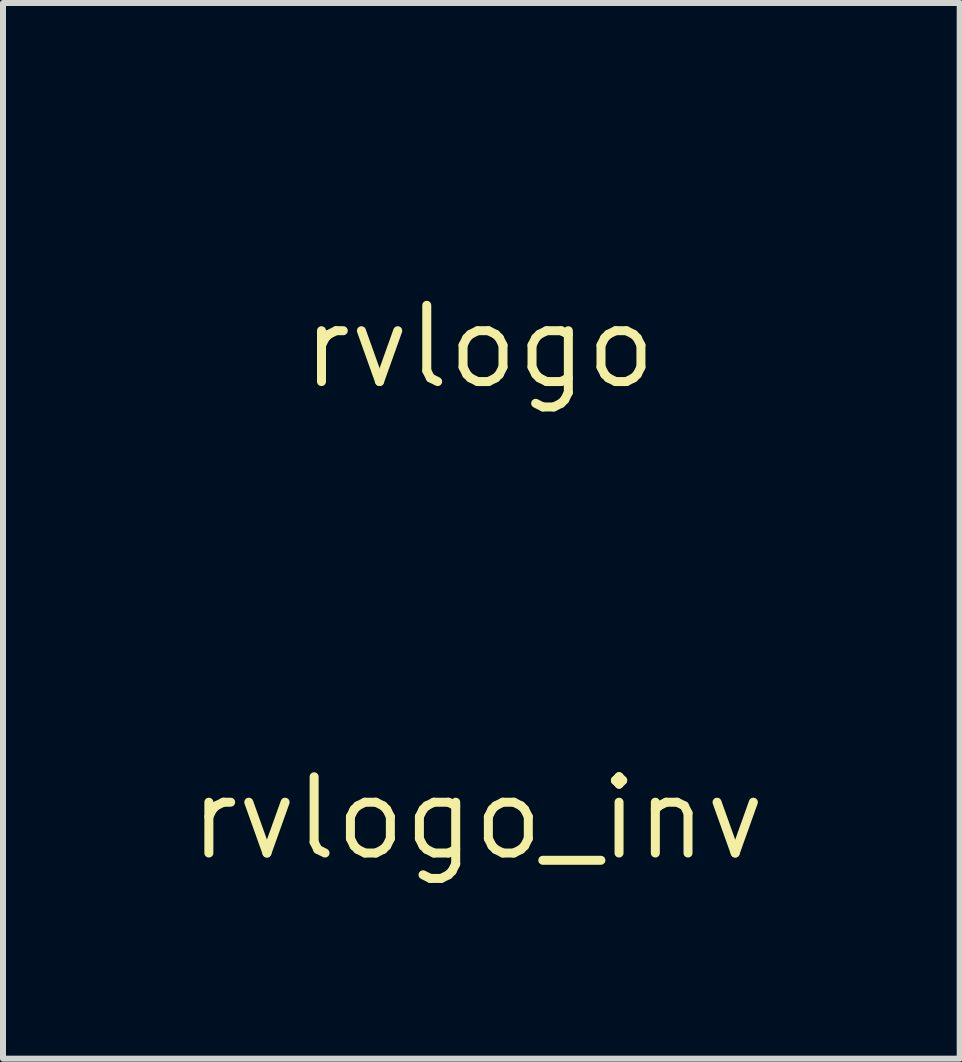
<source format=kicad_pcb>
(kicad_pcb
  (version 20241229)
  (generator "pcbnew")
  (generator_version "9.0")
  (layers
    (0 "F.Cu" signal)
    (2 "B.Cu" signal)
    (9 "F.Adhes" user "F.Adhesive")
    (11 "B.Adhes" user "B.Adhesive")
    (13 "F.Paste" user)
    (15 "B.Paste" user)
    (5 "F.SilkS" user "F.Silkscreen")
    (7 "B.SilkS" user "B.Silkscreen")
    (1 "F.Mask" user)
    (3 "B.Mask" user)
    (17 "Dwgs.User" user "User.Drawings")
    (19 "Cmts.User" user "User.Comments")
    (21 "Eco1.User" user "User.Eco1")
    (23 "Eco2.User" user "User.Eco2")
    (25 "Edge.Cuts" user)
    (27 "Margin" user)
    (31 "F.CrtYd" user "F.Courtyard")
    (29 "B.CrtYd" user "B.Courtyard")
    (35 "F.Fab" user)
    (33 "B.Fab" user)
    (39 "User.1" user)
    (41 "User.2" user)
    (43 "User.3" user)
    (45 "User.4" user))
  (footprint "rvlogo_inv"
    (layer "F.Cu")
    (at 4.905 8.082)
    (property "Reference" "rvlogo_inv" (at 0 2.5 0) (layer "F.SilkS") (effects (font (size 1.27 1.27) (thickness 0.15))))
    (attr through_hole)
    (fp_poly (pts (xy -3.104 -0.338) (xy -2.951 -0.336) (xy -2.835 -0.333) (xy -2.752 -0.329) (xy -2.699 -0.323) (xy -2.673 -0.315) (xy -2.671 -0.313) (xy -2.649 -0.266) (xy -2.65 -0.201) (xy -2.668 -0.147) (xy -2.676 -0.135) (xy -2.69 -0.125) (xy -2.713 -0.118) (xy -2.752 -0.113) (xy -2.811 -0.11) (xy -2.893 -0.108) (xy -3.005 -0.106) (xy -3.151 -0.106) (xy -3.292 -0.106) (xy -3.895 -0.106) (xy -3.895 -0.339) (xy -3.296 -0.339) (xy -3.104 -0.338)) (stroke (width 0.01) (type solid)) (fill yes) (layer "F.Mask"))
    (fp_poly (pts (xy 4.408 -1.276) (xy 4.57 -1.177) (xy 4.707 -1.044) (xy 4.815 -0.882) (xy 4.828 -0.856) (xy 4.9 -0.709) (xy 4.9 0.73) (xy 4.828 0.877) (xy 4.725 1.043) (xy 4.592 1.18) (xy 4.433 1.285) (xy 4.408 1.298) (xy 4.265 1.365) (xy 0.032 1.369) (xy -0.485 1.37) (xy -0.961 1.37) (xy -1.398 1.37) (xy -1.797 1.37) (xy -2.16 1.37) (xy -2.488 1.37) (xy -2.782 1.369) (xy -3.046 1.368) (xy -3.279 1.367) (xy -3.483 1.366) (xy -3.661 1.365) (xy -3.812 1.363) (xy -3.94 1.362) (xy -4.045 1.36) (xy -4.13 1.357) (xy -4.195 1.355) (xy -4.242 1.352) (xy -4.272 1.349) (xy -4.286 1.346) (xy -4.466 1.268) (xy -4.622 1.156) (xy -4.749 1.015) (xy -4.833 0.873) (xy -4.9 0.73) (xy -4.9 0.635) (xy -4.149 0.635) (xy -3.895 0.635) (xy -3.895 0.148) (xy -3.053 0.148) (xy -2.878 0.392) (xy -2.703 0.635) (xy -2.558 0.635) (xy -2.486 0.634) (xy -2.434 0.63) (xy -2.413 0.625) (xy -2.413 0.625) (xy -2.425 0.605) (xy -2.457 0.558) (xy -2.505 0.49) (xy -2.565 0.407) (xy -2.582 0.383) (xy -2.642 0.297) (xy -2.691 0.225) (xy -2.724 0.171) (xy -2.736 0.143) (xy -2.735 0.141) (xy -2.706 0.131) (xy -2.654 0.118) (xy -2.65 0.117) (xy -2.58 0.085) (xy -2.508 0.025) (xy -2.447 -0.05) (xy -2.411 -0.121) (xy -2.395 -0.235) (xy -2.416 -0.348) (xy -2.473 -0.45) (xy -2.56 -0.534) (xy -2.593 -0.554) (xy -2.616 -0.567) (xy -2.64 -0.578) (xy -2.67 -0.586) (xy -2.708 -0.593) (xy -2.18 -0.593) (xy -2.18 0.635) (xy -1.926 0.635) (xy -1.926 0.381) (xy -1.714 0.381) (xy -1.714 0.635) (xy -0.984 0.635) (xy -0.776 0.635) (xy -0.607 0.633) (xy -0.473 0.631) (xy -0.368 0.628) (xy -0.291 0.624) (xy -0.235 0.618) (xy -0.199 0.611) (xy -0.185 0.606) (xy -0.094 0.548) (xy -0.019 0.466) (xy 0.033 0.369) (xy 0.057 0.27) (xy 0.053 0.206) (xy 0.014 0.104) (xy -0.053 0.011) (xy -0.103 -0.03) (xy 0.218 -0.03) (xy 0.222 0.115) (xy 0.263 0.256) (xy 0.339 0.389) (xy 0.452 0.507) (xy 0.453 0.508) (xy 0.497 0.542) (xy 0.542 0.569) (xy 0.594 0.59) (xy 0.658 0.606) (xy 0.738 0.618) (xy 0.839 0.626) (xy 0.967 0.631) (xy 1.127 0.633) (xy 1.323 0.634) (xy 1.349 0.634) (xy 1.968 0.635) (xy 1.968 0.383) (xy 1.324 0.377) (xy 1.142 0.375) (xy 0.997 0.373) (xy 0.884 0.37) (xy 0.799 0.367) (xy 0.738 0.363) (xy 0.694 0.357) (xy 0.663 0.349) (xy 0.641 0.34) (xy 0.623 0.327) (xy 0.622 0.327) (xy 0.531 0.236) (xy 0.476 0.131) (xy 0.457 0.019) (xy 0.474 -0.085) (xy 2.159 -0.085) (xy 2.159 0.127) (xy 2.667 0.127) (xy 2.667 -0.085) (xy 2.159 -0.085) (xy 0.474 -0.085) (xy 0.476 -0.093) (xy 0.532 -0.199) (xy 0.573 -0.245) (xy 0.658 -0.328) (xy 1.968 -0.34) (xy 1.968 -0.571) (xy 2.63 -0.571) (xy 2.632 -0.562) (xy 2.645 -0.538) (xy 2.675 -0.483) (xy 2.721 -0.403) (xy 2.779 -0.302) (xy 2.845 -0.187) (xy 2.917 -0.063) (xy 2.992 0.065) (xy 3.065 0.192) (xy 3.134 0.311) (xy 3.196 0.417) (xy 3.248 0.505) (xy 3.285 0.566) (xy 3.309 0.603) (xy 3.335 0.623) (xy 3.374 0.633) (xy 3.438 0.635) (xy 3.47 0.635) (xy 3.614 0.635) (xy 3.966 0.033) (xy 4.05 -0.112) (xy 4.128 -0.245) (xy 4.195 -0.362) (xy 4.25 -0.458) (xy 4.29 -0.529) (xy 4.313 -0.571) (xy 4.318 -0.581) (xy 4.299 -0.587) (xy 4.248 -0.591) (xy 4.185 -0.593) (xy 4.052 -0.593) (xy 3.768 -0.106) (xy 3.692 0.023) (xy 3.622 0.14) (xy 3.563 0.239) (xy 3.515 0.315) (xy 3.483 0.364) (xy 3.469 0.381) (xy 3.455 0.363) (xy 3.423 0.314) (xy 3.376 0.237) (xy 3.316 0.138) (xy 3.246 0.022) (xy 3.172 -0.106) (xy 2.889 -0.592) (xy 2.755 -0.592) (xy 2.681 -0.591) (xy 2.642 -0.584) (xy 2.63 -0.571) (xy 1.968 -0.571) (xy 1.968 -0.595) (xy 1.307 -0.588) (xy 0.646 -0.582) (xy 0.547 -0.524) (xy 0.414 -0.424) (xy 0.314 -0.305) (xy 0.249 -0.171) (xy 0.218 -0.03) (xy -0.103 -0.03) (xy -0.136 -0.057) (xy -0.147 -0.063) (xy -0.175 -0.076) (xy -0.205 -0.086) (xy -0.244 -0.093) (xy -0.296 -0.099) (xy -0.366 -0.102) (xy -0.462 -0.104) (xy -0.586 -0.105) (xy -0.747 -0.106) (xy -0.803 -0.106) (xy -0.974 -0.106) (xy -1.108 -0.107) (xy -1.21 -0.108) (xy -1.284 -0.111) (xy -1.336 -0.115) (xy -1.371 -0.121) (xy -1.394 -0.13) (xy -1.411 -0.141) (xy -1.418 -0.148) (xy -1.454 -0.207) (xy -1.455 -0.269) (xy -1.421 -0.321) (xy -1.413 -0.327) (xy -1.396 -0.336) (xy -1.368 -0.343) (xy -1.325 -0.349) (xy -1.264 -0.353) (xy -1.18 -0.356) (xy -1.068 -0.358) (xy -0.925 -0.359) (xy -0.746 -0.36) (xy -0.651 -0.36) (xy 0.064 -0.36) (xy 0.064 -0.614) (xy -0.64 -0.614) (xy -0.835 -0.613) (xy -1.009 -0.611) (xy -1.158 -0.608) (xy -1.279 -0.604) (xy -1.367 -0.599) (xy -1.418 -0.593) (xy -1.423 -0.592) (xy -1.535 -0.54) (xy -1.622 -0.459) (xy -1.678 -0.355) (xy -1.698 -0.234) (xy -1.698 -0.233) (xy -1.681 -0.114) (xy -1.627 -0.014) (xy -1.552 0.057) (xy -1.474 0.116) (xy -0.87 0.122) (xy -0.694 0.124) (xy -0.555 0.126) (xy -0.449 0.128) (xy -0.371 0.131) (xy -0.316 0.136) (xy -0.279 0.142) (xy -0.255 0.15) (xy -0.239 0.16) (xy -0.228 0.172) (xy -0.195 0.236) (xy -0.199 0.298) (xy -0.238 0.348) (xy -0.255 0.357) (xy -0.283 0.364) (xy -0.326 0.37) (xy -0.387 0.374) (xy -0.471 0.377) (xy -0.583 0.379) (xy -0.726 0.38) (xy -0.905 0.381) (xy -1 0.381) (xy -1.714 0.381) (xy -1.926 0.381) (xy -1.926 -0.593) (xy -2.18 -0.593) (xy -2.708 -0.593) (xy -2.709 -0.593) (xy -2.762 -0.598) (xy -2.835 -0.601) (xy -2.931 -0.604) (xy -3.055 -0.606) (xy -3.212 -0.608) (xy -3.407 -0.61) (xy -3.413 -0.61) (xy -4.149 -0.616) (xy -4.149 0.635) (xy -4.9 0.635) (xy -4.9 -0.709) (xy -4.832 -0.852) (xy -4.733 -1.014) (xy -4.601 -1.152) (xy -4.443 -1.259) (xy -4.408 -1.276) (xy -4.265 -1.344) (xy 4.265 -1.344) (xy 4.408 -1.276)) (stroke (width 0.01) (type solid)) (fill yes) (layer "F.Mask")))
  (footprint "rvlogo"
    (layer "F.Cu")
    (at 4.937 0.727)
    (property "Reference" "rvlogo" (at 0 2 0) (layer "F.SilkS") (effects (font (size 1.27 1.27) (thickness 0.15))))
    (attr through_hole)
    (fp_poly (pts (xy -2.307 0.953) (xy -2.625 0.953) (xy -2.625 -0.699) (xy -2.307 -0.699) (xy -2.307 0.953)) (stroke (width 0.01) (type solid)) (fill yes) (layer "F.Mask"))
    (fp_poly (pts (xy 3.027 0.296) (xy 2.392 0.296) (xy 2.392 -0.042) (xy 3.027 -0.042) (xy 3.027 0.296)) (stroke (width 0.01) (type solid)) (fill yes) (layer "F.Mask"))
    (fp_poly (pts (xy 4.784 -0.292) (xy 4.703 -0.137) (xy 4.611 0.041) (xy 4.515 0.226) (xy 4.423 0.402) (xy 4.355 0.534) (xy 4.138 0.952) (xy 3.955 0.952) (xy 3.771 0.953) (xy 3.645 0.714) (xy 3.564 0.56) (xy 3.479 0.399) (xy 3.393 0.234) (xy 3.307 0.07) (xy 3.225 -0.088) (xy 3.148 -0.237) (xy 3.079 -0.371) (xy 3.019 -0.487) (xy 2.972 -0.58) (xy 2.939 -0.646) (xy 2.922 -0.681) (xy 2.921 -0.685) (xy 2.941 -0.691) (xy 2.993 -0.696) (xy 3.068 -0.698) (xy 3.106 -0.699) (xy 3.291 -0.699) (xy 3.622 -0.062) (xy 3.953 0.574) (xy 4.279 -0.057) (xy 4.606 -0.688) (xy 4.997 -0.7) (xy 4.784 -0.292)) (stroke (width 0.01) (type solid)) (fill yes) (layer "F.Mask"))
    (fp_poly (pts (xy 2.223 -0.339) (xy 1.54 -0.339) (xy 1.328 -0.338) (xy 1.146 -0.335) (xy 0.996 -0.332) (xy 0.881 -0.327) (xy 0.803 -0.32) (xy 0.773 -0.315) (xy 0.692 -0.276) (xy 0.611 -0.21) (xy 0.541 -0.129) (xy 0.494 -0.046) (xy 0.488 -0.027) (xy 0.468 0.112) (xy 0.485 0.247) (xy 0.536 0.367) (xy 0.618 0.468) (xy 0.674 0.51) (xy 0.77 0.572) (xy 2.223 0.572) (xy 2.223 0.953) (xy 1.519 0.95) (xy 1.346 0.949) (xy 1.183 0.947) (xy 1.036 0.944) (xy 0.911 0.941) (xy 0.813 0.937) (xy 0.748 0.933) (xy 0.727 0.93) (xy 0.579 0.88) (xy 0.445 0.792) (xy 0.327 0.67) (xy 0.231 0.518) (xy 0.227 0.511) (xy 0.192 0.431) (xy 0.17 0.357) (xy 0.158 0.273) (xy 0.152 0.191) (xy 0.161 -0.011) (xy 0.206 -0.194) (xy 0.287 -0.358) (xy 0.401 -0.497) (xy 0.548 -0.611) (xy 0.597 -0.639) (xy 0.622 -0.652) (xy 0.647 -0.662) (xy 0.677 -0.671) (xy 0.716 -0.677) (xy 0.77 -0.682) (xy 0.842 -0.686) (xy 0.937 -0.688) (xy 1.059 -0.69) (xy 1.214 -0.692) (xy 1.406 -0.694) (xy 1.455 -0.694) (xy 2.223 -0.7) (xy 2.223 -0.339)) (stroke (width 0.01) (type solid)) (fill yes) (layer "F.Mask"))
    (fp_poly (pts (xy -4.059 -0.715) (xy -3.842 -0.714) (xy -3.663 -0.712) (xy -3.519 -0.71) (xy -3.404 -0.707) (xy -3.315 -0.704) (xy -3.249 -0.7) (xy -3.199 -0.695) (xy -3.164 -0.689) (xy -3.137 -0.681) (xy -3.117 -0.671) (xy -3.114 -0.67) (xy -3 -0.586) (xy -2.917 -0.478) (xy -2.865 -0.354) (xy -2.845 -0.221) (xy -2.859 -0.085) (xy -2.907 0.045) (xy -2.988 0.16) (xy -3.063 0.228) (xy -3.139 0.272) (xy -3.156 0.278) (xy -3.208 0.295) (xy -3.236 0.307) (xy -3.239 0.31) (xy -3.228 0.329) (xy -3.197 0.377) (xy -3.152 0.448) (xy -3.095 0.536) (xy -3.061 0.589) (xy -2.979 0.714) (xy -2.919 0.806) (xy -2.88 0.871) (xy -2.862 0.914) (xy -2.864 0.939) (xy -2.886 0.951) (xy -2.928 0.954) (xy -2.99 0.953) (xy -3.037 0.953) (xy -3.24 0.953) (xy -3.394 0.714) (xy -3.458 0.617) (xy -3.518 0.523) (xy -3.569 0.444) (xy -3.604 0.389) (xy -3.606 0.386) (xy -3.662 0.296) (xy -4.593 0.296) (xy -4.593 0.931) (xy -4.932 0.931) (xy -4.932 -0.339) (xy -4.593 -0.339) (xy -4.593 -0.063) (xy -3.911 -0.068) (xy -3.23 -0.074) (xy -3.199 -0.128) (xy -3.179 -0.199) (xy -3.194 -0.263) (xy -3.242 -0.31) (xy -3.25 -0.314) (xy -3.285 -0.322) (xy -3.355 -0.328) (xy -3.46 -0.333) (xy -3.602 -0.336) (xy -3.784 -0.338) (xy -3.949 -0.339) (xy -4.593 -0.339) (xy -4.932 -0.339) (xy -4.932 -0.722) (xy -4.059 -0.715)) (stroke (width 0.01) (type solid)) (fill yes) (layer "F.Mask"))
    (fp_poly (pts (xy 0 -0.339) (xy -0.831 -0.339) (xy -1.045 -0.338) (xy -1.22 -0.338) (xy -1.361 -0.337) (xy -1.471 -0.335) (xy -1.555 -0.332) (xy -1.616 -0.328) (xy -1.66 -0.322) (xy -1.688 -0.316) (xy -1.707 -0.308) (xy -1.71 -0.306) (xy -1.748 -0.256) (xy -1.754 -0.192) (xy -1.728 -0.127) (xy -1.714 -0.11) (xy -1.701 -0.097) (xy -1.685 -0.087) (xy -1.662 -0.079) (xy -1.628 -0.073) (xy -1.577 -0.069) (xy -1.505 -0.066) (xy -1.406 -0.064) (xy -1.278 -0.064) (xy -1.114 -0.064) (xy -1.014 -0.064) (xy -0.818 -0.063) (xy -0.659 -0.062) (xy -0.533 -0.059) (xy -0.434 -0.054) (xy -0.358 -0.046) (xy -0.301 -0.035) (xy -0.256 -0.018) (xy -0.219 0.003) (xy -0.186 0.03) (xy -0.152 0.063) (xy -0.08 0.148) (xy -0.035 0.239) (xy -0.011 0.349) (xy -0.005 0.413) (xy -0.003 0.499) (xy -0.009 0.561) (xy -0.029 0.62) (xy -0.057 0.676) (xy -0.135 0.792) (xy -0.231 0.879) (xy -0.339 0.929) (xy -0.352 0.932) (xy -0.391 0.937) (xy -0.467 0.941) (xy -0.576 0.944) (xy -0.711 0.947) (xy -0.868 0.95) (xy -1.042 0.951) (xy -1.227 0.952) (xy -1.265 0.952) (xy -2.095 0.953) (xy -2.095 0.572) (xy -1.264 0.572) (xy -1.049 0.571) (xy -0.872 0.571) (xy -0.73 0.569) (xy -0.619 0.567) (xy -0.534 0.564) (xy -0.473 0.56) (xy -0.43 0.554) (xy -0.403 0.548) (xy -0.388 0.54) (xy -0.342 0.488) (xy -0.334 0.421) (xy -0.351 0.363) (xy -0.379 0.296) (xy -1.031 0.296) (xy -1.22 0.295) (xy -1.388 0.293) (xy -1.531 0.29) (xy -1.644 0.285) (xy -1.723 0.28) (xy -1.763 0.274) (xy -1.865 0.225) (xy -1.957 0.143) (xy -2.03 0.037) (xy -2.035 0.026) (xy -2.072 -0.09) (xy -2.084 -0.218) (xy -2.07 -0.342) (xy -2.037 -0.435) (xy -1.976 -0.526) (xy -1.894 -0.608) (xy -1.805 -0.67) (xy -1.742 -0.697) (xy -1.698 -0.703) (xy -1.614 -0.708) (xy -1.492 -0.713) (xy -1.336 -0.716) (xy -1.147 -0.718) (xy -0.929 -0.719) (xy -0.831 -0.72) (xy 0 -0.72) (xy 0 -0.339)) (stroke (width 0.01) (type solid)) (fill yes) (layer "F.Mask")))
  (gr_rect
    (start -3 -3)
    (end 12.939 14.588)
    (stroke (width 0.1) (type default))
    (fill no)
    (layer "Edge.Cuts")))
</source>
